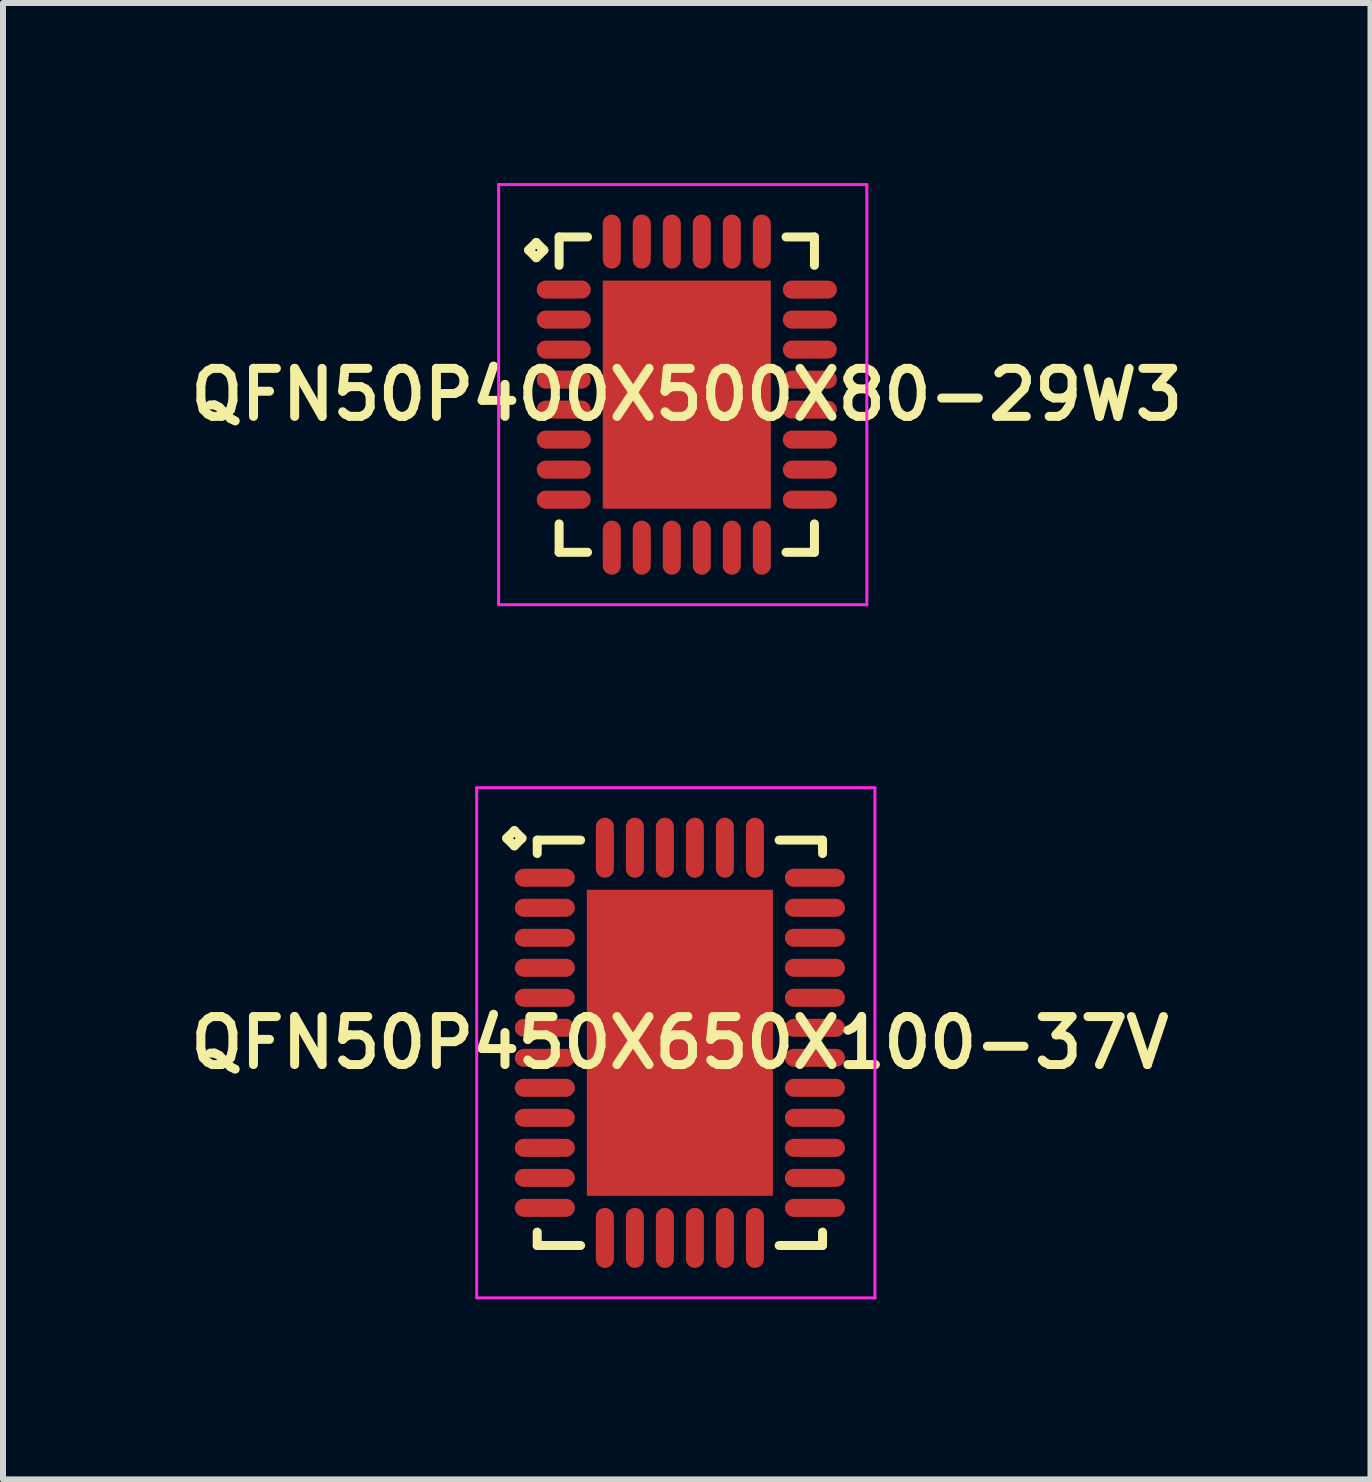
<source format=kicad_pcb>
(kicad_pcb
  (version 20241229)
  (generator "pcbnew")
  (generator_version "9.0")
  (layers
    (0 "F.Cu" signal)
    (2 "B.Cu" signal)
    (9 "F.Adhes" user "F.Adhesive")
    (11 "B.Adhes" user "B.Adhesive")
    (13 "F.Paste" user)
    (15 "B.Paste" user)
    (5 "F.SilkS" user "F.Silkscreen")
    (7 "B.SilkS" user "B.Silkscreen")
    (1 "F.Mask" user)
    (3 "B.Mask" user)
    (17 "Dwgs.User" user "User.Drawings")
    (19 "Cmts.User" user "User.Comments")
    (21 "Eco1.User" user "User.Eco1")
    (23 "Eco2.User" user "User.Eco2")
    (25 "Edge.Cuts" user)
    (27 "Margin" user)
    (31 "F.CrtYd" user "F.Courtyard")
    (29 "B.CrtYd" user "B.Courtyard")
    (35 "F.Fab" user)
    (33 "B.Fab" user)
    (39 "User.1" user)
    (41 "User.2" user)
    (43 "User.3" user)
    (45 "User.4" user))
  (footprint "QFN50P450X650X100-37V"
    (layer "F.Cu")
    (at 8.278 14.325)
    (property "Reference" "QFN50P450X650X100-37V" (at 0 0 0) (layer "F.SilkS") (effects (font (size 0.8 0.8) (thickness 0.15))))
    (attr smd)
    (fp_line (start -2.885 -3.408) (end -2.758 -3.535) (stroke (width 0.15) (type solid)) (layer "F.SilkS"))
    (fp_line (start -2.758 -3.535) (end -2.631 -3.408) (stroke (width 0.15) (type solid)) (layer "F.SilkS"))
    (fp_line (start -2.758 -3.281) (end -2.885 -3.408) (stroke (width 0.15) (type solid)) (layer "F.SilkS"))
    (fp_line (start -2.631 -3.408) (end -2.758 -3.281) (stroke (width 0.15) (type solid)) (layer "F.SilkS"))
    (fp_line (start -2.377 -3.377) (end -1.654 -3.377) (stroke (width 0.15) (type solid)) (layer "F.SilkS"))
    (fp_line (start -2.377 -3.154) (end -2.377 -3.377) (stroke (width 0.15) (type solid)) (layer "F.SilkS"))
    (fp_line (start -2.377 3.154) (end -2.377 3.377) (stroke (width 0.15) (type solid)) (layer "F.SilkS"))
    (fp_line (start -2.377 3.377) (end -1.654 3.377) (stroke (width 0.15) (type solid)) (layer "F.SilkS"))
    (fp_line (start 1.654 -3.377) (end 2.377 -3.377) (stroke (width 0.15) (type solid)) (layer "F.SilkS"))
    (fp_line (start 1.654 3.377) (end 2.377 3.377) (stroke (width 0.15) (type solid)) (layer "F.SilkS"))
    (fp_line (start 2.377 -3.377) (end 2.377 -3.154) (stroke (width 0.15) (type solid)) (layer "F.SilkS"))
    (fp_line (start 2.377 3.377) (end 2.377 3.154) (stroke (width 0.15) (type solid)) (layer "F.SilkS"))
    (fp_line (start -3.385 -4.25) (end 3.25 -4.25) (stroke (width 0.05) (type solid)) (layer "F.CrtYd"))
    (fp_line (start -3.385 4.25) (end -3.385 -4.25) (stroke (width 0.05) (type solid)) (layer "F.CrtYd"))
    (fp_line (start 3.25 -4.25) (end 3.25 4.25) (stroke (width 0.05) (type solid)) (layer "F.CrtYd"))
    (fp_line (start 3.25 4.25) (end -3.385 4.25) (stroke (width 0.05) (type solid)) (layer "F.CrtYd"))
    (pad "1" smd oval (at -2.25 -2.75) (size 1 0.3) (layers "F.Cu" "F.Mask" "F.Paste"))
    (pad "2" smd oval (at -2.25 -2.25) (size 1 0.3) (layers "F.Cu" "F.Mask" "F.Paste"))
    (pad "3" smd oval (at -2.25 -1.75) (size 1 0.3) (layers "F.Cu" "F.Mask" "F.Paste"))
    (pad "4" smd oval (at -2.25 -1.25) (size 1 0.3) (layers "F.Cu" "F.Mask" "F.Paste"))
    (pad "5" smd oval (at -2.25 -0.75) (size 1 0.3) (layers "F.Cu" "F.Mask" "F.Paste"))
    (pad "6" smd oval (at -2.25 -0.25) (size 1 0.3) (layers "F.Cu" "F.Mask" "F.Paste"))
    (pad "7" smd oval (at -2.25 0.25) (size 1 0.3) (layers "F.Cu" "F.Mask" "F.Paste"))
    (pad "8" smd oval (at -2.25 0.75) (size 1 0.3) (layers "F.Cu" "F.Mask" "F.Paste"))
    (pad "9" smd oval (at -2.25 1.25) (size 1 0.3) (layers "F.Cu" "F.Mask" "F.Paste"))
    (pad "10" smd oval (at -2.25 1.75) (size 1 0.3) (layers "F.Cu" "F.Mask" "F.Paste"))
    (pad "11" smd oval (at -2.25 2.25) (size 1 0.3) (layers "F.Cu" "F.Mask" "F.Paste"))
    (pad "12" smd oval (at -2.25 2.75) (size 1 0.3) (layers "F.Cu" "F.Mask" "F.Paste"))
    (pad "13" smd oval (at -1.25 3.25) (size 0.3 1) (layers "F.Cu" "F.Mask" "F.Paste"))
    (pad "14" smd oval (at -0.75 3.25) (size 0.3 1) (layers "F.Cu" "F.Mask" "F.Paste"))
    (pad "15" smd oval (at -0.25 3.25) (size 0.3 1) (layers "F.Cu" "F.Mask" "F.Paste"))
    (pad "16" smd oval (at 0.25 3.25) (size 0.3 1) (layers "F.Cu" "F.Mask" "F.Paste"))
    (pad "17" smd oval (at 0.75 3.25) (size 0.3 1) (layers "F.Cu" "F.Mask" "F.Paste"))
    (pad "18" smd oval (at 1.25 3.25) (size 0.3 1) (layers "F.Cu" "F.Mask" "F.Paste"))
    (pad "19" smd oval (at 2.25 2.75) (size 1 0.3) (layers "F.Cu" "F.Mask" "F.Paste"))
    (pad "20" smd oval (at 2.25 2.25) (size 1 0.3) (layers "F.Cu" "F.Mask" "F.Paste"))
    (pad "21" smd oval (at 2.25 1.75) (size 1 0.3) (layers "F.Cu" "F.Mask" "F.Paste"))
    (pad "22" smd oval (at 2.25 1.25) (size 1 0.3) (layers "F.Cu" "F.Mask" "F.Paste"))
    (pad "23" smd oval (at 2.25 0.75) (size 1 0.3) (layers "F.Cu" "F.Mask" "F.Paste"))
    (pad "24" smd oval (at 2.25 0.25) (size 1 0.3) (layers "F.Cu" "F.Mask" "F.Paste"))
    (pad "25" smd oval (at 2.25 -0.25) (size 1 0.3) (layers "F.Cu" "F.Mask" "F.Paste"))
    (pad "26" smd oval (at 2.25 -0.75) (size 1 0.3) (layers "F.Cu" "F.Mask" "F.Paste"))
    (pad "27" smd oval (at 2.25 -1.25) (size 1 0.3) (layers "F.Cu" "F.Mask" "F.Paste"))
    (pad "28" smd oval (at 2.25 -1.75) (size 1 0.3) (layers "F.Cu" "F.Mask" "F.Paste"))
    (pad "29" smd oval (at 2.25 -2.25) (size 1 0.3) (layers "F.Cu" "F.Mask" "F.Paste"))
    (pad "30" smd oval (at 2.25 -2.75) (size 1 0.3) (layers "F.Cu" "F.Mask" "F.Paste"))
    (pad "31" smd oval (at 1.25 -3.25) (size 0.3 1) (layers "F.Cu" "F.Mask" "F.Paste"))
    (pad "32" smd oval (at 0.75 -3.25) (size 0.3 1) (layers "F.Cu" "F.Mask" "F.Paste"))
    (pad "33" smd oval (at 0.25 -3.25) (size 0.3 1) (layers "F.Cu" "F.Mask" "F.Paste"))
    (pad "34" smd oval (at -0.25 -3.25) (size 0.3 1) (layers "F.Cu" "F.Mask" "F.Paste"))
    (pad "35" smd oval (at -0.75 -3.25) (size 0.3 1) (layers "F.Cu" "F.Mask" "F.Paste"))
    (pad "36" smd oval (at -1.25 -3.25) (size 0.3 1) (layers "F.Cu" "F.Mask" "F.Paste"))
    (pad "37" smd rect (at 0 0) (size 3.1 5.1) (layers "F.Cu" "F.Mask" "F.Paste")))
  (footprint "QFN50P400X500X80-29W3"
    (layer "F.Cu")
    (at 8.393 3.525)
    (property "Reference" "QFN50P400X500X80-29W3" (at 0 0 0) (layer "F.SilkS") (effects (font (size 0.8 0.8) (thickness 0.15))))
    (attr smd)
    (fp_line (start -2.635 -2.408) (end -2.508 -2.535) (stroke (width 0.15) (type solid)) (layer "F.SilkS"))
    (fp_line (start -2.508 -2.535) (end -2.381 -2.408) (stroke (width 0.15) (type solid)) (layer "F.SilkS"))
    (fp_line (start -2.508 -2.281) (end -2.635 -2.408) (stroke (width 0.15) (type solid)) (layer "F.SilkS"))
    (fp_line (start -2.381 -2.408) (end -2.508 -2.281) (stroke (width 0.15) (type solid)) (layer "F.SilkS"))
    (fp_line (start -2.127 -2.627) (end -1.654 -2.627) (stroke (width 0.15) (type solid)) (layer "F.SilkS"))
    (fp_line (start -2.127 -2.154) (end -2.127 -2.627) (stroke (width 0.15) (type solid)) (layer "F.SilkS"))
    (fp_line (start -2.127 2.154) (end -2.127 2.627) (stroke (width 0.15) (type solid)) (layer "F.SilkS"))
    (fp_line (start -2.127 2.627) (end -1.654 2.627) (stroke (width 0.15) (type solid)) (layer "F.SilkS"))
    (fp_line (start 1.654 -2.627) (end 2.127 -2.627) (stroke (width 0.15) (type solid)) (layer "F.SilkS"))
    (fp_line (start 1.654 2.627) (end 2.127 2.627) (stroke (width 0.15) (type solid)) (layer "F.SilkS"))
    (fp_line (start 2.127 -2.627) (end 2.127 -2.154) (stroke (width 0.15) (type solid)) (layer "F.SilkS"))
    (fp_line (start 2.127 2.627) (end 2.127 2.154) (stroke (width 0.15) (type solid)) (layer "F.SilkS"))
    (fp_line (start -3.135 -3.5) (end 3 -3.5) (stroke (width 0.05) (type solid)) (layer "F.CrtYd"))
    (fp_line (start -3.135 3.5) (end -3.135 -3.5) (stroke (width 0.05) (type solid)) (layer "F.CrtYd"))
    (fp_line (start 3 -3.5) (end 3 3.5) (stroke (width 0.05) (type solid)) (layer "F.CrtYd"))
    (fp_line (start 3 3.5) (end -3.135 3.5) (stroke (width 0.05) (type solid)) (layer "F.CrtYd"))
    (pad "1" smd oval (at -2.05 -1.75) (size 0.9 0.3) (layers "F.Cu" "F.Mask" "F.Paste"))
    (pad "2" smd oval (at -2.05 -1.25) (size 0.9 0.3) (layers "F.Cu" "F.Mask" "F.Paste"))
    (pad "3" smd oval (at -2.05 -0.75) (size 0.9 0.3) (layers "F.Cu" "F.Mask" "F.Paste"))
    (pad "4" smd oval (at -2.05 -0.25) (size 0.9 0.3) (layers "F.Cu" "F.Mask" "F.Paste"))
    (pad "5" smd oval (at -2.05 0.25) (size 0.9 0.3) (layers "F.Cu" "F.Mask" "F.Paste"))
    (pad "6" smd oval (at -2.05 0.75) (size 0.9 0.3) (layers "F.Cu" "F.Mask" "F.Paste"))
    (pad "7" smd oval (at -2.05 1.25) (size 0.9 0.3) (layers "F.Cu" "F.Mask" "F.Paste"))
    (pad "8" smd oval (at -2.05 1.75) (size 0.9 0.3) (layers "F.Cu" "F.Mask" "F.Paste"))
    (pad "9" smd oval (at -1.25 2.55) (size 0.3 0.9) (layers "F.Cu" "F.Mask" "F.Paste"))
    (pad "10" smd oval (at -0.75 2.55) (size 0.3 0.9) (layers "F.Cu" "F.Mask" "F.Paste"))
    (pad "11" smd oval (at -0.25 2.55) (size 0.3 0.9) (layers "F.Cu" "F.Mask" "F.Paste"))
    (pad "12" smd oval (at 0.25 2.55) (size 0.3 0.9) (layers "F.Cu" "F.Mask" "F.Paste"))
    (pad "13" smd oval (at 0.75 2.55) (size 0.3 0.9) (layers "F.Cu" "F.Mask" "F.Paste"))
    (pad "14" smd oval (at 1.25 2.55) (size 0.3 0.9) (layers "F.Cu" "F.Mask" "F.Paste"))
    (pad "15" smd oval (at 2.05 1.75) (size 0.9 0.3) (layers "F.Cu" "F.Mask" "F.Paste"))
    (pad "16" smd oval (at 2.05 1.25) (size 0.9 0.3) (layers "F.Cu" "F.Mask" "F.Paste"))
    (pad "17" smd oval (at 2.05 0.75) (size 0.9 0.3) (layers "F.Cu" "F.Mask" "F.Paste"))
    (pad "18" smd oval (at 2.05 0.25) (size 0.9 0.3) (layers "F.Cu" "F.Mask" "F.Paste"))
    (pad "19" smd oval (at 2.05 -0.25) (size 0.9 0.3) (layers "F.Cu" "F.Mask" "F.Paste"))
    (pad "20" smd oval (at 2.05 -0.75) (size 0.9 0.3) (layers "F.Cu" "F.Mask" "F.Paste"))
    (pad "21" smd oval (at 2.05 -1.25) (size 0.9 0.3) (layers "F.Cu" "F.Mask" "F.Paste"))
    (pad "22" smd oval (at 2.05 -1.75) (size 0.9 0.3) (layers "F.Cu" "F.Mask" "F.Paste"))
    (pad "23" smd oval (at 1.25 -2.55) (size 0.3 0.9) (layers "F.Cu" "F.Mask" "F.Paste"))
    (pad "24" smd oval (at 0.75 -2.55) (size 0.3 0.9) (layers "F.Cu" "F.Mask" "F.Paste"))
    (pad "25" smd oval (at 0.25 -2.55) (size 0.3 0.9) (layers "F.Cu" "F.Mask" "F.Paste"))
    (pad "26" smd oval (at -0.25 -2.55) (size 0.3 0.9) (layers "F.Cu" "F.Mask" "F.Paste"))
    (pad "27" smd oval (at -0.75 -2.55) (size 0.3 0.9) (layers "F.Cu" "F.Mask" "F.Paste"))
    (pad "28" smd oval (at -1.25 -2.55) (size 0.3 0.9) (layers "F.Cu" "F.Mask" "F.Paste"))
    (pad "29" smd rect (at 0 0) (size 2.8 3.8) (layers "F.Cu" "F.Mask" "F.Paste")))
  (gr_rect
    (start -3 -3)
    (end 19.785 21.6)
    (stroke (width 0.1) (type default))
    (fill no)
    (layer "Edge.Cuts")))
</source>
